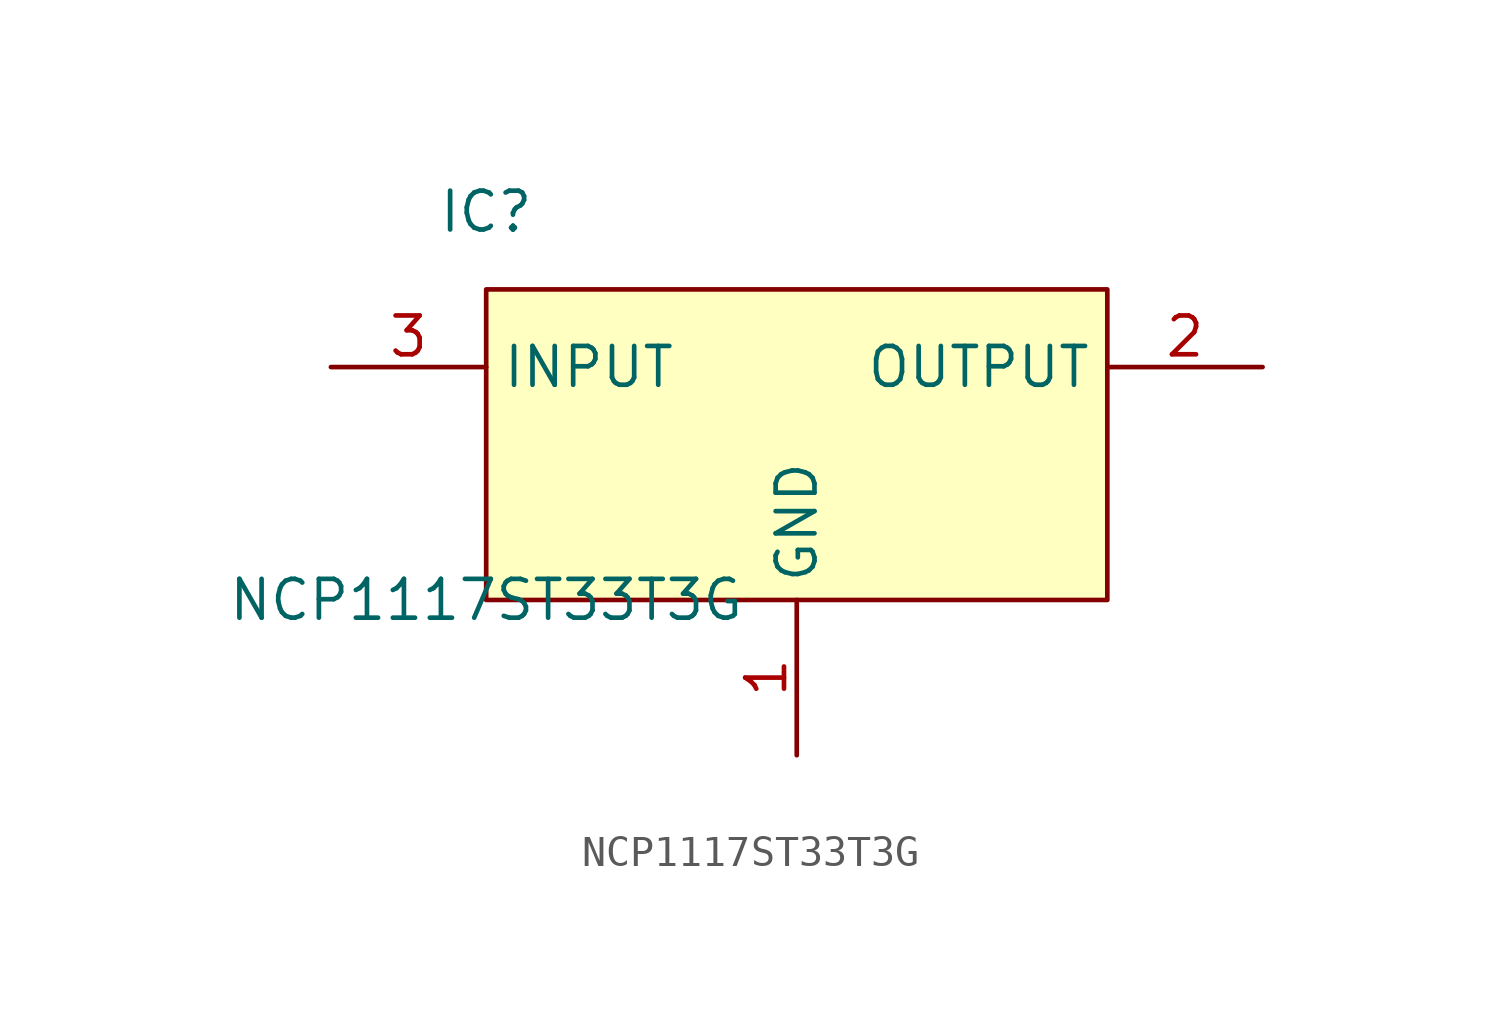
<source format=kicad_sym>
(kicad_symbol_lib
  (version 20241209)
  (generator "kicad_symbol_editor")
  (generator_version "9.0")
  (symbol "NCP1117ST33T3G"
    (property "Reference" "IC"
      (at 0 12.7 0)
      (effects (font (size 1.27 1.27))))
    (property "Value" "NCP1117ST33T3G"
      (at 0 0 0)
      (effects (font (size 1.27 1.27))))
    (symbol "NCP1117ST33T3G_1_1"
      (rectangle (start 0 10.16) (end 20.32 0) (stroke (width 0) (type solid)) (fill (type background)))
      (pin power_in line (at -5.08 7.62 0) (length 5.08) (name "INPUT" (effects (font (size 1.27 1.27)))) (number "3" (effects (font (size 1.27 1.27)))))
      (pin power_in line (at 10.16 -5.08 90) (length 5.08) (name "GND" (effects (font (size 1.27 1.27)))) (number "1" (effects (font (size 1.27 1.27)))))
      (pin power_out line (at 25.4 7.62 180) (length 5.08) (name "OUTPUT" (effects (font (size 1.27 1.27)))) (number "2" (effects (font (size 1.27 1.27))))))))
</source>
